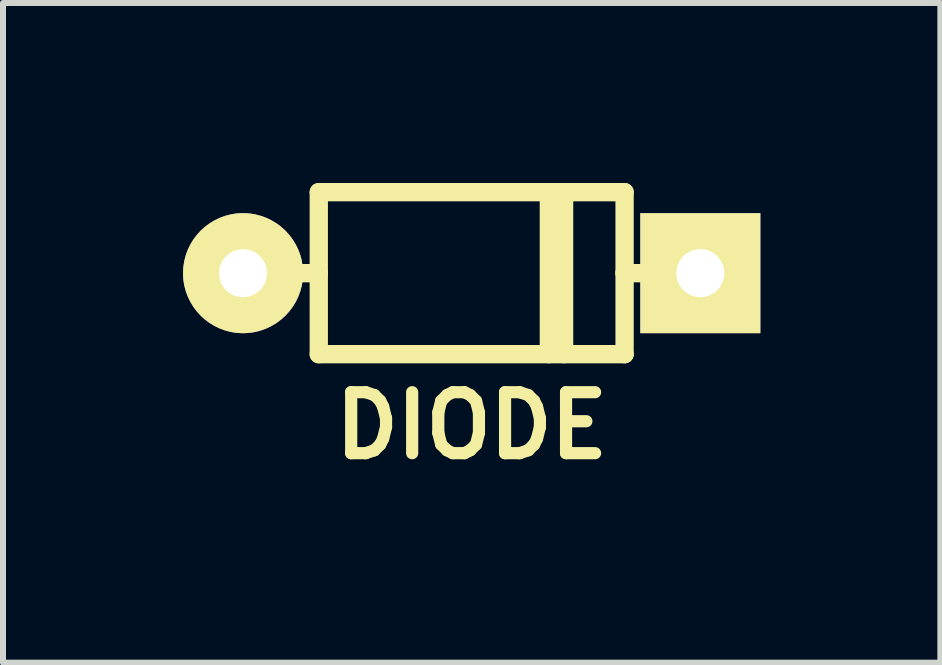
<source format=kicad_pcb>
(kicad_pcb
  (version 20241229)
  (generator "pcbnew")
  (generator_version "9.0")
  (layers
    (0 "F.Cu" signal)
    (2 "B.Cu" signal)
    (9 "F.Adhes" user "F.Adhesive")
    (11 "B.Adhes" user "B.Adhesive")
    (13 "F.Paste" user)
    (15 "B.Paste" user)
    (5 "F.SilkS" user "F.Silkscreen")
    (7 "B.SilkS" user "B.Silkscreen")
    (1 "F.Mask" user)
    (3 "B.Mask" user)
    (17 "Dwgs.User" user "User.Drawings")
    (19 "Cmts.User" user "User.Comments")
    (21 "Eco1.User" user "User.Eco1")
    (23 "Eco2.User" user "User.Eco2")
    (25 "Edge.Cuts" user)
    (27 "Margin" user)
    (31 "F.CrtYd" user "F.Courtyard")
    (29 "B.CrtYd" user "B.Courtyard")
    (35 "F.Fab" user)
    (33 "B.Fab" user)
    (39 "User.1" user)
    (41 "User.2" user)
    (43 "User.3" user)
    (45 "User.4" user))
  (footprint "DIODE"
    (layer "F.Cu")
    (at 4.81 1.502)
    (property "Reference" "DIODE" (at 0 2.54 0) (layer "F.SilkS") (effects (font (size 1.016 1.016) (thickness 0.203))))
    (attr through_hole)
    (fp_line (start -2.548 -1.35) (end -2.548 0) (stroke (width 0.305) (type solid)) (layer "F.SilkS"))
    (fp_line (start -2.548 0) (end -3.81 0) (stroke (width 0.305) (type solid)) (layer "F.SilkS"))
    (fp_line (start -2.548 0) (end -2.548 1.35) (stroke (width 0.305) (type solid)) (layer "F.SilkS"))
    (fp_line (start -2.548 1.35) (end 2.548 1.35) (stroke (width 0.305) (type solid)) (layer "F.SilkS"))
    (fp_line (start 1.286 1.35) (end 1.286 -1.35) (stroke (width 0.305) (type solid)) (layer "F.SilkS"))
    (fp_line (start 1.54 -1.35) (end 1.54 1.35) (stroke (width 0.305) (type solid)) (layer "F.SilkS"))
    (fp_line (start 2.548 -1.35) (end -2.548 -1.35) (stroke (width 0.305) (type solid)) (layer "F.SilkS"))
    (fp_line (start 2.548 0) (end 2.548 -1.35) (stroke (width 0.305) (type solid)) (layer "F.SilkS"))
    (fp_line (start 2.548 1.35) (end 2.548 0) (stroke (width 0.305) (type solid)) (layer "F.SilkS"))
    (fp_line (start 3.81 0) (end 2.548 0) (stroke (width 0.305) (type solid)) (layer "F.SilkS"))
    (pad "1" thru_hole rect (at 3.81 0) (size 2 2) (drill 0.8) (layers "*.Cu" "*.Mask" "F.SilkS"))
    (pad "2" thru_hole circle (at -3.81 0) (size 2 2) (drill 0.8) (layers "*.Cu" "*.Mask" "F.SilkS")))
  (gr_rect
    (start -3 -3)
    (end 12.62 7.993)
    (stroke (width 0.1) (type default))
    (fill no)
    (layer "Edge.Cuts")))
</source>
